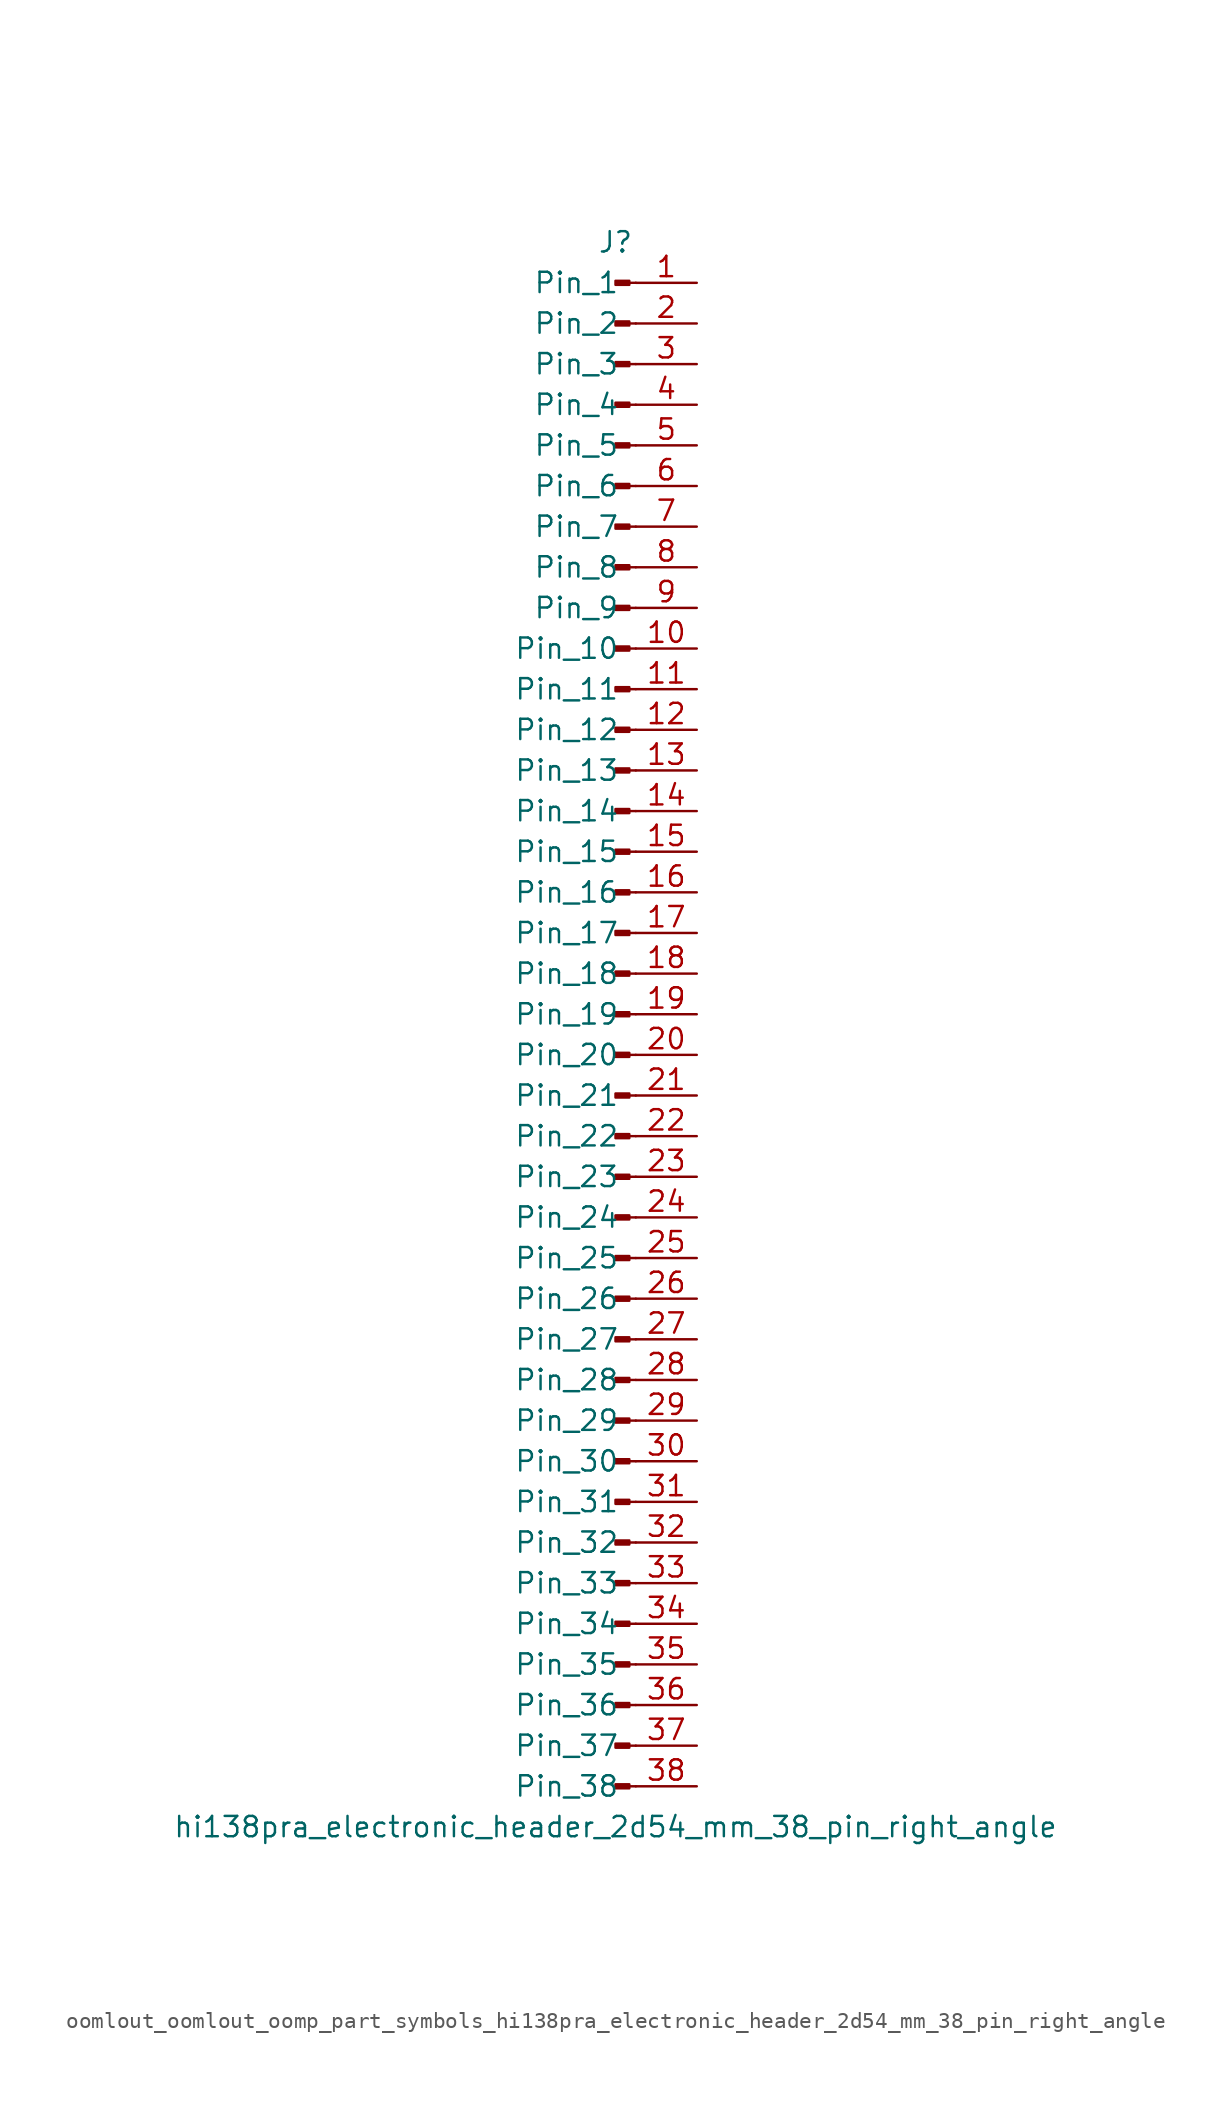
<source format=kicad_sym>
(kicad_symbol_lib
  (version 20220914)
  (generator kicad_symbol_editor)
  (symbol "oomlout_oomlout_oomp_part_symbols_hi138pra_electronic_header_2d54_mm_38_pin_right_angle"
    (pin_names
      (offset 1.016))
    (property "Reference" "J"
      (at 0 48.26 0)
      (effects (font (size 1.27 1.27))))
    (property "Value" "hi138pra_electronic_header_2d54_mm_38_pin_right_angle"
      (at 0 -50.8 0)
      (effects (font (size 1.27 1.27))))
    (property "ki_locked" ""
      (at 0 0 0)
      (effects (font (size 1.27 1.27))))
    (symbol "oomlout_oomlout_oomp_part_symbols_hi138pra_electronic_header_2d54_mm_38_pin_right_angle_1_1"
      (polyline (pts (xy 1.27 -48.26) (xy 0.864 -48.26)) (stroke (width 0.152) (type default)) (fill (type none)))
      (polyline (pts (xy 1.27 -45.72) (xy 0.864 -45.72)) (stroke (width 0.152) (type default)) (fill (type none)))
      (polyline (pts (xy 1.27 -43.18) (xy 0.864 -43.18)) (stroke (width 0.152) (type default)) (fill (type none)))
      (polyline (pts (xy 1.27 -40.64) (xy 0.864 -40.64)) (stroke (width 0.152) (type default)) (fill (type none)))
      (polyline (pts (xy 1.27 -38.1) (xy 0.864 -38.1)) (stroke (width 0.152) (type default)) (fill (type none)))
      (polyline (pts (xy 1.27 -35.56) (xy 0.864 -35.56)) (stroke (width 0.152) (type default)) (fill (type none)))
      (polyline (pts (xy 1.27 -33.02) (xy 0.864 -33.02)) (stroke (width 0.152) (type default)) (fill (type none)))
      (polyline (pts (xy 1.27 -30.48) (xy 0.864 -30.48)) (stroke (width 0.152) (type default)) (fill (type none)))
      (polyline (pts (xy 1.27 -27.94) (xy 0.864 -27.94)) (stroke (width 0.152) (type default)) (fill (type none)))
      (polyline (pts (xy 1.27 -25.4) (xy 0.864 -25.4)) (stroke (width 0.152) (type default)) (fill (type none)))
      (polyline (pts (xy 1.27 -22.86) (xy 0.864 -22.86)) (stroke (width 0.152) (type default)) (fill (type none)))
      (polyline (pts (xy 1.27 -20.32) (xy 0.864 -20.32)) (stroke (width 0.152) (type default)) (fill (type none)))
      (polyline (pts (xy 1.27 -17.78) (xy 0.864 -17.78)) (stroke (width 0.152) (type default)) (fill (type none)))
      (polyline (pts (xy 1.27 -15.24) (xy 0.864 -15.24)) (stroke (width 0.152) (type default)) (fill (type none)))
      (polyline (pts (xy 1.27 -12.7) (xy 0.864 -12.7)) (stroke (width 0.152) (type default)) (fill (type none)))
      (polyline (pts (xy 1.27 -10.16) (xy 0.864 -10.16)) (stroke (width 0.152) (type default)) (fill (type none)))
      (polyline (pts (xy 1.27 -7.62) (xy 0.864 -7.62)) (stroke (width 0.152) (type default)) (fill (type none)))
      (polyline (pts (xy 1.27 -5.08) (xy 0.864 -5.08)) (stroke (width 0.152) (type default)) (fill (type none)))
      (polyline (pts (xy 1.27 -2.54) (xy 0.864 -2.54)) (stroke (width 0.152) (type default)) (fill (type none)))
      (polyline (pts (xy 1.27 0) (xy 0.864 0)) (stroke (width 0.152) (type default)) (fill (type none)))
      (polyline (pts (xy 1.27 2.54) (xy 0.864 2.54)) (stroke (width 0.152) (type default)) (fill (type none)))
      (polyline (pts (xy 1.27 5.08) (xy 0.864 5.08)) (stroke (width 0.152) (type default)) (fill (type none)))
      (polyline (pts (xy 1.27 7.62) (xy 0.864 7.62)) (stroke (width 0.152) (type default)) (fill (type none)))
      (polyline (pts (xy 1.27 10.16) (xy 0.864 10.16)) (stroke (width 0.152) (type default)) (fill (type none)))
      (polyline (pts (xy 1.27 12.7) (xy 0.864 12.7)) (stroke (width 0.152) (type default)) (fill (type none)))
      (polyline (pts (xy 1.27 15.24) (xy 0.864 15.24)) (stroke (width 0.152) (type default)) (fill (type none)))
      (polyline (pts (xy 1.27 17.78) (xy 0.864 17.78)) (stroke (width 0.152) (type default)) (fill (type none)))
      (polyline (pts (xy 1.27 20.32) (xy 0.864 20.32)) (stroke (width 0.152) (type default)) (fill (type none)))
      (polyline (pts (xy 1.27 22.86) (xy 0.864 22.86)) (stroke (width 0.152) (type default)) (fill (type none)))
      (polyline (pts (xy 1.27 25.4) (xy 0.864 25.4)) (stroke (width 0.152) (type default)) (fill (type none)))
      (polyline (pts (xy 1.27 27.94) (xy 0.864 27.94)) (stroke (width 0.152) (type default)) (fill (type none)))
      (polyline (pts (xy 1.27 30.48) (xy 0.864 30.48)) (stroke (width 0.152) (type default)) (fill (type none)))
      (polyline (pts (xy 1.27 33.02) (xy 0.864 33.02)) (stroke (width 0.152) (type default)) (fill (type none)))
      (polyline (pts (xy 1.27 35.56) (xy 0.864 35.56)) (stroke (width 0.152) (type default)) (fill (type none)))
      (polyline (pts (xy 1.27 38.1) (xy 0.864 38.1)) (stroke (width 0.152) (type default)) (fill (type none)))
      (polyline (pts (xy 1.27 40.64) (xy 0.864 40.64)) (stroke (width 0.152) (type default)) (fill (type none)))
      (polyline (pts (xy 1.27 43.18) (xy 0.864 43.18)) (stroke (width 0.152) (type default)) (fill (type none)))
      (polyline (pts (xy 1.27 45.72) (xy 0.864 45.72)) (stroke (width 0.152) (type default)) (fill (type none)))
      (rectangle (start 0.864 -48.133) (end 0 -48.387) (stroke (width 0.152) (type default)) (fill (type outline)))
      (rectangle (start 0.864 -45.593) (end 0 -45.847) (stroke (width 0.152) (type default)) (fill (type outline)))
      (rectangle (start 0.864 -43.053) (end 0 -43.307) (stroke (width 0.152) (type default)) (fill (type outline)))
      (rectangle (start 0.864 -40.513) (end 0 -40.767) (stroke (width 0.152) (type default)) (fill (type outline)))
      (rectangle (start 0.864 -37.973) (end 0 -38.227) (stroke (width 0.152) (type default)) (fill (type outline)))
      (rectangle (start 0.864 -35.433) (end 0 -35.687) (stroke (width 0.152) (type default)) (fill (type outline)))
      (rectangle (start 0.864 -32.893) (end 0 -33.147) (stroke (width 0.152) (type default)) (fill (type outline)))
      (rectangle (start 0.864 -30.353) (end 0 -30.607) (stroke (width 0.152) (type default)) (fill (type outline)))
      (rectangle (start 0.864 -27.813) (end 0 -28.067) (stroke (width 0.152) (type default)) (fill (type outline)))
      (rectangle (start 0.864 -25.273) (end 0 -25.527) (stroke (width 0.152) (type default)) (fill (type outline)))
      (rectangle (start 0.864 -22.733) (end 0 -22.987) (stroke (width 0.152) (type default)) (fill (type outline)))
      (rectangle (start 0.864 -20.193) (end 0 -20.447) (stroke (width 0.152) (type default)) (fill (type outline)))
      (rectangle (start 0.864 -17.653) (end 0 -17.907) (stroke (width 0.152) (type default)) (fill (type outline)))
      (rectangle (start 0.864 -15.113) (end 0 -15.367) (stroke (width 0.152) (type default)) (fill (type outline)))
      (rectangle (start 0.864 -12.573) (end 0 -12.827) (stroke (width 0.152) (type default)) (fill (type outline)))
      (rectangle (start 0.864 -10.033) (end 0 -10.287) (stroke (width 0.152) (type default)) (fill (type outline)))
      (rectangle (start 0.864 -7.493) (end 0 -7.747) (stroke (width 0.152) (type default)) (fill (type outline)))
      (rectangle (start 0.864 -4.953) (end 0 -5.207) (stroke (width 0.152) (type default)) (fill (type outline)))
      (rectangle (start 0.864 -2.413) (end 0 -2.667) (stroke (width 0.152) (type default)) (fill (type outline)))
      (rectangle (start 0.864 0.127) (end 0 -0.127) (stroke (width 0.152) (type default)) (fill (type outline)))
      (rectangle (start 0.864 2.667) (end 0 2.413) (stroke (width 0.152) (type default)) (fill (type outline)))
      (rectangle (start 0.864 5.207) (end 0 4.953) (stroke (width 0.152) (type default)) (fill (type outline)))
      (rectangle (start 0.864 7.747) (end 0 7.493) (stroke (width 0.152) (type default)) (fill (type outline)))
      (rectangle (start 0.864 10.287) (end 0 10.033) (stroke (width 0.152) (type default)) (fill (type outline)))
      (rectangle (start 0.864 12.827) (end 0 12.573) (stroke (width 0.152) (type default)) (fill (type outline)))
      (rectangle (start 0.864 15.367) (end 0 15.113) (stroke (width 0.152) (type default)) (fill (type outline)))
      (rectangle (start 0.864 17.907) (end 0 17.653) (stroke (width 0.152) (type default)) (fill (type outline)))
      (rectangle (start 0.864 20.447) (end 0 20.193) (stroke (width 0.152) (type default)) (fill (type outline)))
      (rectangle (start 0.864 22.987) (end 0 22.733) (stroke (width 0.152) (type default)) (fill (type outline)))
      (rectangle (start 0.864 25.527) (end 0 25.273) (stroke (width 0.152) (type default)) (fill (type outline)))
      (rectangle (start 0.864 28.067) (end 0 27.813) (stroke (width 0.152) (type default)) (fill (type outline)))
      (rectangle (start 0.864 30.607) (end 0 30.353) (stroke (width 0.152) (type default)) (fill (type outline)))
      (rectangle (start 0.864 33.147) (end 0 32.893) (stroke (width 0.152) (type default)) (fill (type outline)))
      (rectangle (start 0.864 35.687) (end 0 35.433) (stroke (width 0.152) (type default)) (fill (type outline)))
      (rectangle (start 0.864 38.227) (end 0 37.973) (stroke (width 0.152) (type default)) (fill (type outline)))
      (rectangle (start 0.864 40.767) (end 0 40.513) (stroke (width 0.152) (type default)) (fill (type outline)))
      (rectangle (start 0.864 43.307) (end 0 43.053) (stroke (width 0.152) (type default)) (fill (type outline)))
      (rectangle (start 0.864 45.847) (end 0 45.593) (stroke (width 0.152) (type default)) (fill (type outline)))
      (pin passive line (at 5.08 45.72 180) (length 3.81) (name "Pin_1" (effects (font (size 1.27 1.27)))) (number "1" (effects (font (size 1.27 1.27)))))
      (pin passive line (at 5.08 22.86 180) (length 3.81) (name "Pin_10" (effects (font (size 1.27 1.27)))) (number "10" (effects (font (size 1.27 1.27)))))
      (pin passive line (at 5.08 20.32 180) (length 3.81) (name "Pin_11" (effects (font (size 1.27 1.27)))) (number "11" (effects (font (size 1.27 1.27)))))
      (pin passive line (at 5.08 17.78 180) (length 3.81) (name "Pin_12" (effects (font (size 1.27 1.27)))) (number "12" (effects (font (size 1.27 1.27)))))
      (pin passive line (at 5.08 15.24 180) (length 3.81) (name "Pin_13" (effects (font (size 1.27 1.27)))) (number "13" (effects (font (size 1.27 1.27)))))
      (pin passive line (at 5.08 12.7 180) (length 3.81) (name "Pin_14" (effects (font (size 1.27 1.27)))) (number "14" (effects (font (size 1.27 1.27)))))
      (pin passive line (at 5.08 10.16 180) (length 3.81) (name "Pin_15" (effects (font (size 1.27 1.27)))) (number "15" (effects (font (size 1.27 1.27)))))
      (pin passive line (at 5.08 7.62 180) (length 3.81) (name "Pin_16" (effects (font (size 1.27 1.27)))) (number "16" (effects (font (size 1.27 1.27)))))
      (pin passive line (at 5.08 5.08 180) (length 3.81) (name "Pin_17" (effects (font (size 1.27 1.27)))) (number "17" (effects (font (size 1.27 1.27)))))
      (pin passive line (at 5.08 2.54 180) (length 3.81) (name "Pin_18" (effects (font (size 1.27 1.27)))) (number "18" (effects (font (size 1.27 1.27)))))
      (pin passive line (at 5.08 0 180) (length 3.81) (name "Pin_19" (effects (font (size 1.27 1.27)))) (number "19" (effects (font (size 1.27 1.27)))))
      (pin passive line (at 5.08 43.18 180) (length 3.81) (name "Pin_2" (effects (font (size 1.27 1.27)))) (number "2" (effects (font (size 1.27 1.27)))))
      (pin passive line (at 5.08 -2.54 180) (length 3.81) (name "Pin_20" (effects (font (size 1.27 1.27)))) (number "20" (effects (font (size 1.27 1.27)))))
      (pin passive line (at 5.08 -5.08 180) (length 3.81) (name "Pin_21" (effects (font (size 1.27 1.27)))) (number "21" (effects (font (size 1.27 1.27)))))
      (pin passive line (at 5.08 -7.62 180) (length 3.81) (name "Pin_22" (effects (font (size 1.27 1.27)))) (number "22" (effects (font (size 1.27 1.27)))))
      (pin passive line (at 5.08 -10.16 180) (length 3.81) (name "Pin_23" (effects (font (size 1.27 1.27)))) (number "23" (effects (font (size 1.27 1.27)))))
      (pin passive line (at 5.08 -12.7 180) (length 3.81) (name "Pin_24" (effects (font (size 1.27 1.27)))) (number "24" (effects (font (size 1.27 1.27)))))
      (pin passive line (at 5.08 -15.24 180) (length 3.81) (name "Pin_25" (effects (font (size 1.27 1.27)))) (number "25" (effects (font (size 1.27 1.27)))))
      (pin passive line (at 5.08 -17.78 180) (length 3.81) (name "Pin_26" (effects (font (size 1.27 1.27)))) (number "26" (effects (font (size 1.27 1.27)))))
      (pin passive line (at 5.08 -20.32 180) (length 3.81) (name "Pin_27" (effects (font (size 1.27 1.27)))) (number "27" (effects (font (size 1.27 1.27)))))
      (pin passive line (at 5.08 -22.86 180) (length 3.81) (name "Pin_28" (effects (font (size 1.27 1.27)))) (number "28" (effects (font (size 1.27 1.27)))))
      (pin passive line (at 5.08 -25.4 180) (length 3.81) (name "Pin_29" (effects (font (size 1.27 1.27)))) (number "29" (effects (font (size 1.27 1.27)))))
      (pin passive line (at 5.08 40.64 180) (length 3.81) (name "Pin_3" (effects (font (size 1.27 1.27)))) (number "3" (effects (font (size 1.27 1.27)))))
      (pin passive line (at 5.08 -27.94 180) (length 3.81) (name "Pin_30" (effects (font (size 1.27 1.27)))) (number "30" (effects (font (size 1.27 1.27)))))
      (pin passive line (at 5.08 -30.48 180) (length 3.81) (name "Pin_31" (effects (font (size 1.27 1.27)))) (number "31" (effects (font (size 1.27 1.27)))))
      (pin passive line (at 5.08 -33.02 180) (length 3.81) (name "Pin_32" (effects (font (size 1.27 1.27)))) (number "32" (effects (font (size 1.27 1.27)))))
      (pin passive line (at 5.08 -35.56 180) (length 3.81) (name "Pin_33" (effects (font (size 1.27 1.27)))) (number "33" (effects (font (size 1.27 1.27)))))
      (pin passive line (at 5.08 -38.1 180) (length 3.81) (name "Pin_34" (effects (font (size 1.27 1.27)))) (number "34" (effects (font (size 1.27 1.27)))))
      (pin passive line (at 5.08 -40.64 180) (length 3.81) (name "Pin_35" (effects (font (size 1.27 1.27)))) (number "35" (effects (font (size 1.27 1.27)))))
      (pin passive line (at 5.08 -43.18 180) (length 3.81) (name "Pin_36" (effects (font (size 1.27 1.27)))) (number "36" (effects (font (size 1.27 1.27)))))
      (pin passive line (at 5.08 -45.72 180) (length 3.81) (name "Pin_37" (effects (font (size 1.27 1.27)))) (number "37" (effects (font (size 1.27 1.27)))))
      (pin passive line (at 5.08 -48.26 180) (length 3.81) (name "Pin_38" (effects (font (size 1.27 1.27)))) (number "38" (effects (font (size 1.27 1.27)))))
      (pin passive line (at 5.08 38.1 180) (length 3.81) (name "Pin_4" (effects (font (size 1.27 1.27)))) (number "4" (effects (font (size 1.27 1.27)))))
      (pin passive line (at 5.08 35.56 180) (length 3.81) (name "Pin_5" (effects (font (size 1.27 1.27)))) (number "5" (effects (font (size 1.27 1.27)))))
      (pin passive line (at 5.08 33.02 180) (length 3.81) (name "Pin_6" (effects (font (size 1.27 1.27)))) (number "6" (effects (font (size 1.27 1.27)))))
      (pin passive line (at 5.08 30.48 180) (length 3.81) (name "Pin_7" (effects (font (size 1.27 1.27)))) (number "7" (effects (font (size 1.27 1.27)))))
      (pin passive line (at 5.08 27.94 180) (length 3.81) (name "Pin_8" (effects (font (size 1.27 1.27)))) (number "8" (effects (font (size 1.27 1.27)))))
      (pin passive line (at 5.08 25.4 180) (length 3.81) (name "Pin_9" (effects (font (size 1.27 1.27)))) (number "9" (effects (font (size 1.27 1.27))))))))
</source>
